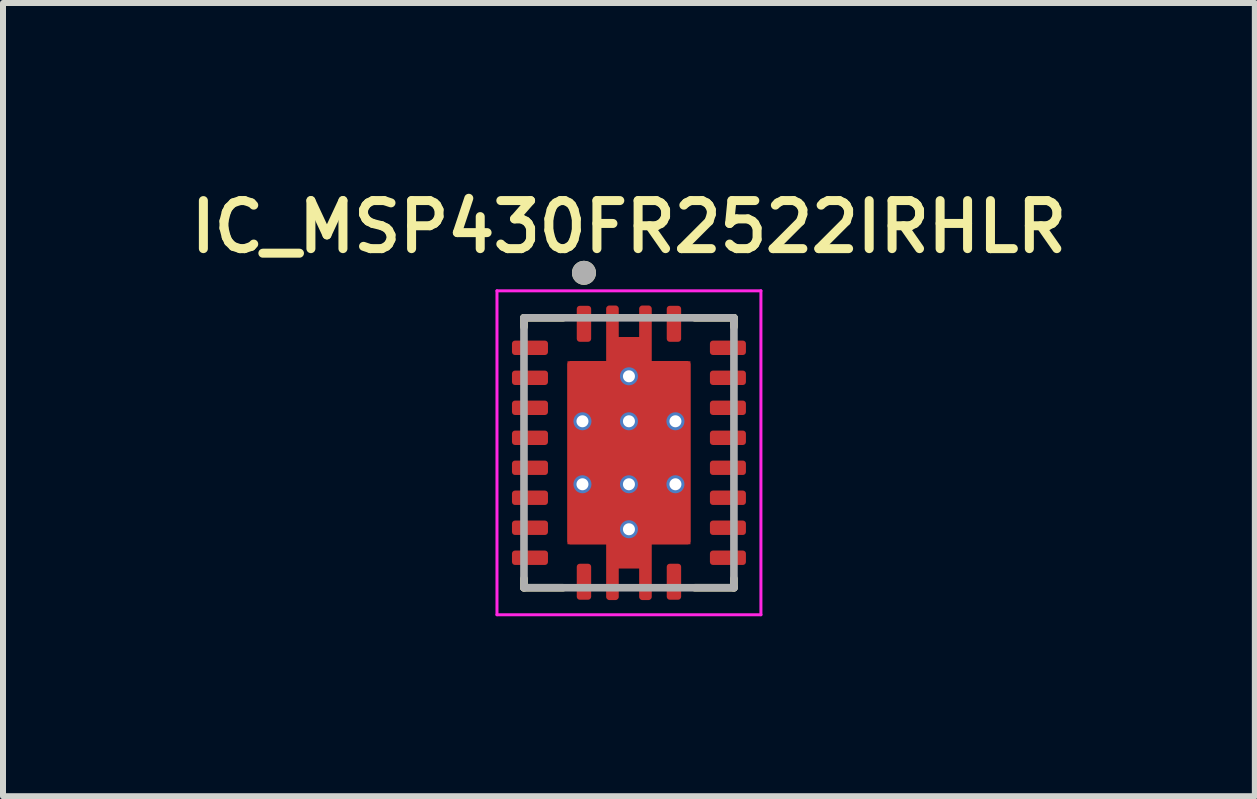
<source format=kicad_pcb>
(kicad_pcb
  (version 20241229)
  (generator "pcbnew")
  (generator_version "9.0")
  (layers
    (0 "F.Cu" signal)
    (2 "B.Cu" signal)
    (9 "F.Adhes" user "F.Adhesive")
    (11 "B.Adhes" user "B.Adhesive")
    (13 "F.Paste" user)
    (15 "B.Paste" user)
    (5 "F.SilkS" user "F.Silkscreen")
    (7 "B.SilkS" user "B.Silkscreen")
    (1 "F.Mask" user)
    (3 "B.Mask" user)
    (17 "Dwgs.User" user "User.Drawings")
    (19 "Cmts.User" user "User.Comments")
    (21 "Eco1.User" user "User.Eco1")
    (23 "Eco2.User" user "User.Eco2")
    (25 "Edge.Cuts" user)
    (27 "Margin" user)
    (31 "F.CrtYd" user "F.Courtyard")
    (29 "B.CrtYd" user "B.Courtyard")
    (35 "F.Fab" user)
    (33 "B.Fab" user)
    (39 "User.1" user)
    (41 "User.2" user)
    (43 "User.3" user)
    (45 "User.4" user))
  (footprint "IC_MSP430FR2522IRHLR"
    (layer "F.Cu")
    (at 7.435 4.498)
    (property "Reference" "IC_MSP430FR2522IRHLR" (at 0 -3.766 0) (layer "F.SilkS") (effects (font (size 0.801 0.801) (thickness 0.15))))
    (attr smd)
    (fp_poly (pts (xy -0.477 -1.627) (xy -0.477 -2.4) (xy -0.477 -2.408) (xy -0.476 -2.416) (xy -0.475 -2.424) (xy -0.474 -2.432) (xy -0.472 -2.439) (xy -0.47 -2.447) (xy -0.467 -2.454) (xy -0.464 -2.462) (xy -0.46 -2.469) (xy -0.457 -2.476) (xy -0.452 -2.483) (xy -0.448 -2.489) (xy -0.443 -2.496) (xy -0.438 -2.502) (xy -0.432 -2.507) (xy -0.427 -2.513) (xy -0.421 -2.518) (xy -0.414 -2.523) (xy -0.408 -2.527) (xy -0.401 -2.532) (xy -0.394 -2.535) (xy -0.387 -2.539) (xy -0.379 -2.542) (xy -0.372 -2.545) (xy -0.364 -2.547) (xy -0.357 -2.549) (xy -0.349 -2.55) (xy -0.341 -2.551) (xy -0.333 -2.552) (xy -0.325 -2.552) (xy -0.225 -2.552) (xy -0.217 -2.552) (xy -0.209 -2.551) (xy -0.201 -2.55) (xy -0.193 -2.549) (xy -0.186 -2.547) (xy -0.178 -2.545) (xy -0.171 -2.542) (xy -0.163 -2.539) (xy -0.156 -2.535) (xy -0.149 -2.532) (xy -0.142 -2.527) (xy -0.136 -2.523) (xy -0.129 -2.518) (xy -0.123 -2.513) (xy -0.118 -2.507) (xy -0.112 -2.502) (xy -0.107 -2.496) (xy -0.102 -2.489) (xy -0.098 -2.483) (xy -0.093 -2.476) (xy -0.09 -2.469) (xy -0.086 -2.462) (xy -0.083 -2.454) (xy -0.08 -2.447) (xy -0.078 -2.439) (xy -0.076 -2.432) (xy -0.075 -2.424) (xy -0.074 -2.416) (xy -0.073 -2.408) (xy -0.073 -2.4) (xy -0.073 -2.027) (xy 0.072 -2.027) (xy 0.073 -2.027) (xy 0.073 -2.402) (xy 0.073 -2.41) (xy 0.074 -2.418) (xy 0.075 -2.425) (xy 0.076 -2.433) (xy 0.078 -2.441) (xy 0.08 -2.448) (xy 0.083 -2.456) (xy 0.086 -2.463) (xy 0.089 -2.47) (xy 0.093 -2.477) (xy 0.097 -2.484) (xy 0.102 -2.49) (xy 0.106 -2.496) (xy 0.112 -2.502) (xy 0.117 -2.508) (xy 0.123 -2.513) (xy 0.129 -2.519) (xy 0.135 -2.523) (xy 0.141 -2.528) (xy 0.148 -2.532) (xy 0.155 -2.536) (xy 0.162 -2.539) (xy 0.169 -2.542) (xy 0.177 -2.545) (xy 0.184 -2.547) (xy 0.192 -2.549) (xy 0.2 -2.55) (xy 0.207 -2.551) (xy 0.215 -2.552) (xy 0.223 -2.552) (xy 0.326 -2.552) (xy 0.334 -2.552) (xy 0.342 -2.551) (xy 0.35 -2.55) (xy 0.357 -2.549) (xy 0.365 -2.547) (xy 0.373 -2.545) (xy 0.38 -2.542) (xy 0.387 -2.539) (xy 0.395 -2.536) (xy 0.401 -2.532) (xy 0.408 -2.528) (xy 0.415 -2.523) (xy 0.421 -2.518) (xy 0.427 -2.513) (xy 0.433 -2.508) (xy 0.438 -2.502) (xy 0.443 -2.496) (xy 0.448 -2.49) (xy 0.453 -2.483) (xy 0.457 -2.476) (xy 0.461 -2.47) (xy 0.464 -2.462) (xy 0.467 -2.455) (xy 0.47 -2.448) (xy 0.472 -2.44) (xy 0.474 -2.432) (xy 0.475 -2.425) (xy 0.476 -2.417) (xy 0.477 -2.409) (xy 0.477 -2.401) (xy 0.477 -1.627) (xy 0.975 -1.627) (xy 0.983 -1.627) (xy 0.991 -1.626) (xy 0.999 -1.625) (xy 1.007 -1.624) (xy 1.014 -1.622) (xy 1.022 -1.62) (xy 1.029 -1.617) (xy 1.037 -1.614) (xy 1.044 -1.61) (xy 1.051 -1.607) (xy 1.058 -1.602) (xy 1.064 -1.598) (xy 1.071 -1.593) (xy 1.077 -1.588) (xy 1.082 -1.582) (xy 1.088 -1.577) (xy 1.093 -1.571) (xy 1.098 -1.564) (xy 1.102 -1.558) (xy 1.107 -1.551) (xy 1.11 -1.544) (xy 1.114 -1.537) (xy 1.117 -1.529) (xy 1.12 -1.522) (xy 1.122 -1.514) (xy 1.124 -1.507) (xy 1.125 -1.499) (xy 1.126 -1.491) (xy 1.127 -1.483) (xy 1.127 -1.475) (xy 1.127 1.476) (xy 1.127 1.484) (xy 1.126 1.492) (xy 1.125 1.499) (xy 1.124 1.507) (xy 1.122 1.515) (xy 1.12 1.522) (xy 1.117 1.53) (xy 1.114 1.537) (xy 1.111 1.544) (xy 1.107 1.551) (xy 1.103 1.558) (xy 1.098 1.564) (xy 1.094 1.57) (xy 1.088 1.576) (xy 1.083 1.582) (xy 1.077 1.587) (xy 1.071 1.593) (xy 1.065 1.597) (xy 1.059 1.602) (xy 1.052 1.606) (xy 1.045 1.61) (xy 1.038 1.613) (xy 1.031 1.616) (xy 1.023 1.619) (xy 1.016 1.621) (xy 1.008 1.623) (xy 1 1.624) (xy 0.993 1.625) (xy 0.985 1.626) (xy 0.977 1.626) (xy 0.478 1.626) (xy 0.477 1.626) (xy 0.477 1.627) (xy 0.477 2.401) (xy 0.477 2.409) (xy 0.476 2.417) (xy 0.475 2.424) (xy 0.474 2.432) (xy 0.472 2.44) (xy 0.47 2.447) (xy 0.467 2.455) (xy 0.464 2.462) (xy 0.461 2.469) (xy 0.457 2.476) (xy 0.453 2.483) (xy 0.448 2.489) (xy 0.444 2.495) (xy 0.438 2.501) (xy 0.433 2.507) (xy 0.427 2.512) (xy 0.421 2.518) (xy 0.415 2.522) (xy 0.409 2.527) (xy 0.402 2.531) (xy 0.395 2.535) (xy 0.388 2.538) (xy 0.381 2.541) (xy 0.373 2.544) (xy 0.366 2.546) (xy 0.358 2.548) (xy 0.35 2.549) (xy 0.343 2.55) (xy 0.335 2.551) (xy 0.327 2.551) (xy 0.222 2.551) (xy 0.214 2.551) (xy 0.206 2.55) (xy 0.199 2.549) (xy 0.191 2.548) (xy 0.183 2.546) (xy 0.176 2.544) (xy 0.169 2.541) (xy 0.161 2.538) (xy 0.154 2.535) (xy 0.147 2.531) (xy 0.141 2.527) (xy 0.134 2.523) (xy 0.128 2.518) (xy 0.122 2.513) (xy 0.117 2.507) (xy 0.111 2.502) (xy 0.106 2.496) (xy 0.101 2.49) (xy 0.097 2.483) (xy 0.093 2.477) (xy 0.089 2.47) (xy 0.086 2.463) (xy 0.083 2.455) (xy 0.08 2.448) (xy 0.078 2.441) (xy 0.076 2.433) (xy 0.075 2.425) (xy 0.074 2.418) (xy 0.073 2.41) (xy 0.073 2.402) (xy 0.073 2.027) (xy -0.072 2.027) (xy -0.073 2.027) (xy -0.073 2.028) (xy -0.073 2.401) (xy -0.073 2.409) (xy -0.074 2.417) (xy -0.075 2.424) (xy -0.076 2.432) (xy -0.078 2.44) (xy -0.08 2.447) (xy -0.083 2.455) (xy -0.086 2.462) (xy -0.089 2.469) (xy -0.093 2.476) (xy -0.097 2.483) (xy -0.102 2.489) (xy -0.106 2.495) (xy -0.112 2.501) (xy -0.117 2.507) (xy -0.123 2.512) (xy -0.129 2.518) (xy -0.135 2.522) (xy -0.141 2.527) (xy -0.148 2.531) (xy -0.155 2.535) (xy -0.162 2.538) (xy -0.169 2.541) (xy -0.177 2.544) (xy -0.184 2.546) (xy -0.192 2.548) (xy -0.2 2.549) (xy -0.207 2.55) (xy -0.215 2.551) (xy -0.223 2.551) (xy -0.329 2.551) (xy -0.337 2.551) (xy -0.344 2.55) (xy -0.352 2.549) (xy -0.36 2.548) (xy -0.367 2.546) (xy -0.375 2.544) (xy -0.382 2.541) (xy -0.389 2.538) (xy -0.396 2.535) (xy -0.403 2.531) (xy -0.41 2.527) (xy -0.416 2.523) (xy -0.422 2.518) (xy -0.428 2.513) (xy -0.434 2.508) (xy -0.439 2.502) (xy -0.444 2.496) (xy -0.449 2.49) (xy -0.453 2.484) (xy -0.457 2.477) (xy -0.461 2.47) (xy -0.464 2.463) (xy -0.467 2.456) (xy -0.47 2.449) (xy -0.472 2.441) (xy -0.474 2.434) (xy -0.475 2.426) (xy -0.476 2.418) (xy -0.477 2.411) (xy -0.477 2.403) (xy -0.477 1.627) (xy -0.975 1.627) (xy -0.983 1.627) (xy -0.991 1.626) (xy -0.999 1.625) (xy -1.007 1.624) (xy -1.014 1.622) (xy -1.022 1.62) (xy -1.029 1.617) (xy -1.037 1.614) (xy -1.044 1.61) (xy -1.051 1.607) (xy -1.058 1.602) (xy -1.064 1.598) (xy -1.071 1.593) (xy -1.077 1.588) (xy -1.082 1.582) (xy -1.088 1.577) (xy -1.093 1.571) (xy -1.098 1.564) (xy -1.102 1.558) (xy -1.107 1.551) (xy -1.11 1.544) (xy -1.114 1.537) (xy -1.117 1.529) (xy -1.12 1.522) (xy -1.122 1.514) (xy -1.124 1.507) (xy -1.125 1.499) (xy -1.126 1.491) (xy -1.127 1.483) (xy -1.127 1.475) (xy -1.127 -1.474) (xy -1.127 -1.482) (xy -1.126 -1.49) (xy -1.125 -1.498) (xy -1.124 -1.506) (xy -1.122 -1.513) (xy -1.12 -1.521) (xy -1.117 -1.528) (xy -1.114 -1.536) (xy -1.11 -1.543) (xy -1.107 -1.55) (xy -1.102 -1.557) (xy -1.098 -1.563) (xy -1.093 -1.57) (xy -1.088 -1.576) (xy -1.082 -1.581) (xy -1.077 -1.587) (xy -1.071 -1.592) (xy -1.064 -1.597) (xy -1.058 -1.601) (xy -1.051 -1.606) (xy -1.044 -1.609) (xy -1.037 -1.613) (xy -1.029 -1.616) (xy -1.022 -1.619) (xy -1.014 -1.621) (xy -1.007 -1.623) (xy -0.999 -1.624) (xy -0.991 -1.625) (xy -0.983 -1.626) (xy -0.975 -1.626) (xy -0.478 -1.626) (xy -0.477 -1.626) (xy -0.477 -1.627)) (stroke (width 0.01) (type solid)) (fill yes) (layer "F.Mask"))
    (fp_line (start -1.75 -2.25) (end -1.1 -2.25) (stroke (width 0.127) (type solid)) (layer "F.SilkS"))
    (fp_line (start -1.75 -2.1) (end -1.75 -2.25) (stroke (width 0.127) (type solid)) (layer "F.SilkS"))
    (fp_line (start -1.75 2.1) (end -1.75 2.25) (stroke (width 0.127) (type solid)) (layer "F.SilkS"))
    (fp_line (start -1.75 2.25) (end -1.1 2.25) (stroke (width 0.127) (type solid)) (layer "F.SilkS"))
    (fp_line (start 1.1 -2.25) (end 1.75 -2.25) (stroke (width 0.127) (type solid)) (layer "F.SilkS"))
    (fp_line (start 1.1 2.25) (end 1.75 2.25) (stroke (width 0.127) (type solid)) (layer "F.SilkS"))
    (fp_line (start 1.75 -2.25) (end 1.75 -2.1) (stroke (width 0.127) (type solid)) (layer "F.SilkS"))
    (fp_line (start 1.75 2.25) (end 1.75 2.1) (stroke (width 0.127) (type solid)) (layer "F.SilkS"))
    (fp_circle (center -0.75 -3) (end -0.65 -3) (stroke (width 0.2) (type solid)) (fill no) (layer "F.SilkS"))
    (fp_poly (pts (xy -1.02 -0.625) (xy -0.1 -0.625) (xy -0.1 -1.475) (xy -1.02 -1.475)) (stroke (width 0.01) (type solid)) (fill yes) (layer "F.Paste"))
    (fp_poly (pts (xy -1.02 0.425) (xy -0.1 0.425) (xy -0.1 -0.425) (xy -1.02 -0.425)) (stroke (width 0.01) (type solid)) (fill yes) (layer "F.Paste"))
    (fp_poly (pts (xy -1.02 1.475) (xy -0.1 1.475) (xy -0.1 0.625) (xy -1.02 0.625)) (stroke (width 0.01) (type solid)) (fill yes) (layer "F.Paste"))
    (fp_poly (pts (xy 0.1 -0.625) (xy 1.02 -0.625) (xy 1.02 -1.475) (xy 0.1 -1.475)) (stroke (width 0.01) (type solid)) (fill yes) (layer "F.Paste"))
    (fp_poly (pts (xy 0.1 0.425) (xy 1.02 0.425) (xy 1.02 -0.425) (xy 0.1 -0.425)) (stroke (width 0.01) (type solid)) (fill yes) (layer "F.Paste"))
    (fp_poly (pts (xy 0.1 1.475) (xy 1.02 1.475) (xy 1.02 0.625) (xy 0.1 0.625)) (stroke (width 0.01) (type solid)) (fill yes) (layer "F.Paste"))
    (fp_poly (pts (xy -0.375 -1.675) (xy -0.375 -2.4) (xy -0.375 -2.403) (xy -0.375 -2.405) (xy -0.374 -2.408) (xy -0.374 -2.41) (xy -0.373 -2.413) (xy -0.373 -2.415) (xy -0.372 -2.418) (xy -0.371 -2.42) (xy -0.37 -2.423) (xy -0.368 -2.425) (xy -0.367 -2.427) (xy -0.365 -2.429) (xy -0.364 -2.431) (xy -0.362 -2.433) (xy -0.36 -2.435) (xy -0.358 -2.437) (xy -0.356 -2.439) (xy -0.354 -2.44) (xy -0.352 -2.442) (xy -0.35 -2.443) (xy -0.348 -2.445) (xy -0.345 -2.446) (xy -0.343 -2.447) (xy -0.34 -2.448) (xy -0.338 -2.448) (xy -0.335 -2.449) (xy -0.333 -2.449) (xy -0.33 -2.45) (xy -0.328 -2.45) (xy -0.325 -2.45) (xy -0.225 -2.45) (xy -0.222 -2.45) (xy -0.22 -2.45) (xy -0.217 -2.449) (xy -0.215 -2.449) (xy -0.212 -2.448) (xy -0.21 -2.448) (xy -0.207 -2.447) (xy -0.205 -2.446) (xy -0.202 -2.445) (xy -0.2 -2.443) (xy -0.198 -2.442) (xy -0.196 -2.44) (xy -0.194 -2.439) (xy -0.192 -2.437) (xy -0.19 -2.435) (xy -0.188 -2.433) (xy -0.186 -2.431) (xy -0.185 -2.429) (xy -0.183 -2.427) (xy -0.182 -2.425) (xy -0.18 -2.423) (xy -0.179 -2.42) (xy -0.178 -2.418) (xy -0.177 -2.415) (xy -0.177 -2.413) (xy -0.176 -2.41) (xy -0.176 -2.408) (xy -0.175 -2.405) (xy -0.175 -2.403) (xy -0.175 -2.4) (xy -0.175 -1.925) (xy 0.175 -1.925) (xy 0.175 -2.4) (xy 0.175 -2.403) (xy 0.175 -2.405) (xy 0.176 -2.408) (xy 0.176 -2.41) (xy 0.177 -2.413) (xy 0.177 -2.415) (xy 0.178 -2.418) (xy 0.179 -2.42) (xy 0.18 -2.423) (xy 0.182 -2.425) (xy 0.183 -2.427) (xy 0.185 -2.429) (xy 0.186 -2.431) (xy 0.188 -2.433) (xy 0.19 -2.435) (xy 0.192 -2.437) (xy 0.194 -2.439) (xy 0.196 -2.44) (xy 0.198 -2.442) (xy 0.2 -2.443) (xy 0.202 -2.445) (xy 0.205 -2.446) (xy 0.207 -2.447) (xy 0.21 -2.448) (xy 0.212 -2.448) (xy 0.215 -2.449) (xy 0.217 -2.449) (xy 0.22 -2.45) (xy 0.222 -2.45) (xy 0.225 -2.45) (xy 0.325 -2.45) (xy 0.328 -2.45) (xy 0.33 -2.45) (xy 0.333 -2.449) (xy 0.335 -2.449) (xy 0.338 -2.448) (xy 0.34 -2.448) (xy 0.343 -2.447) (xy 0.345 -2.446) (xy 0.348 -2.445) (xy 0.35 -2.443) (xy 0.352 -2.442) (xy 0.354 -2.44) (xy 0.356 -2.439) (xy 0.358 -2.437) (xy 0.36 -2.435) (xy 0.362 -2.433) (xy 0.364 -2.431) (xy 0.365 -2.429) (xy 0.367 -2.427) (xy 0.368 -2.425) (xy 0.37 -2.423) (xy 0.371 -2.42) (xy 0.372 -2.418) (xy 0.373 -2.415) (xy 0.373 -2.413) (xy 0.374 -2.41) (xy 0.374 -2.408) (xy 0.375 -2.405) (xy 0.375 -2.403) (xy 0.375 -2.4) (xy 0.375 -1.675) (xy -0.375 -1.675)) (stroke (width 0.01) (type solid)) (fill yes) (layer "F.Paste"))
    (fp_poly (pts (xy 0.375 1.675) (xy 0.375 2.4) (xy 0.375 2.403) (xy 0.375 2.405) (xy 0.374 2.408) (xy 0.374 2.41) (xy 0.373 2.413) (xy 0.373 2.415) (xy 0.372 2.418) (xy 0.371 2.42) (xy 0.37 2.423) (xy 0.368 2.425) (xy 0.367 2.427) (xy 0.365 2.429) (xy 0.364 2.431) (xy 0.362 2.433) (xy 0.36 2.435) (xy 0.358 2.437) (xy 0.356 2.439) (xy 0.354 2.44) (xy 0.352 2.442) (xy 0.35 2.443) (xy 0.348 2.445) (xy 0.345 2.446) (xy 0.343 2.447) (xy 0.34 2.448) (xy 0.338 2.448) (xy 0.335 2.449) (xy 0.333 2.449) (xy 0.33 2.45) (xy 0.328 2.45) (xy 0.325 2.45) (xy 0.225 2.45) (xy 0.222 2.45) (xy 0.22 2.45) (xy 0.217 2.449) (xy 0.215 2.449) (xy 0.212 2.448) (xy 0.21 2.448) (xy 0.207 2.447) (xy 0.205 2.446) (xy 0.202 2.445) (xy 0.2 2.443) (xy 0.198 2.442) (xy 0.196 2.44) (xy 0.194 2.439) (xy 0.192 2.437) (xy 0.19 2.435) (xy 0.188 2.433) (xy 0.186 2.431) (xy 0.185 2.429) (xy 0.183 2.427) (xy 0.182 2.425) (xy 0.18 2.423) (xy 0.179 2.42) (xy 0.178 2.418) (xy 0.177 2.415) (xy 0.177 2.413) (xy 0.176 2.41) (xy 0.176 2.408) (xy 0.175 2.405) (xy 0.175 2.403) (xy 0.175 2.4) (xy 0.175 1.925) (xy -0.175 1.925) (xy -0.175 2.4) (xy -0.175 2.403) (xy -0.175 2.405) (xy -0.176 2.408) (xy -0.176 2.41) (xy -0.177 2.413) (xy -0.177 2.415) (xy -0.178 2.418) (xy -0.179 2.42) (xy -0.18 2.423) (xy -0.182 2.425) (xy -0.183 2.427) (xy -0.185 2.429) (xy -0.186 2.431) (xy -0.188 2.433) (xy -0.19 2.435) (xy -0.192 2.437) (xy -0.194 2.439) (xy -0.196 2.44) (xy -0.198 2.442) (xy -0.2 2.443) (xy -0.202 2.445) (xy -0.205 2.446) (xy -0.207 2.447) (xy -0.21 2.448) (xy -0.212 2.448) (xy -0.215 2.449) (xy -0.217 2.449) (xy -0.22 2.45) (xy -0.222 2.45) (xy -0.225 2.45) (xy -0.325 2.45) (xy -0.328 2.45) (xy -0.33 2.45) (xy -0.333 2.449) (xy -0.335 2.449) (xy -0.338 2.448) (xy -0.34 2.448) (xy -0.343 2.447) (xy -0.345 2.446) (xy -0.348 2.445) (xy -0.35 2.443) (xy -0.352 2.442) (xy -0.354 2.44) (xy -0.356 2.439) (xy -0.358 2.437) (xy -0.36 2.435) (xy -0.362 2.433) (xy -0.364 2.431) (xy -0.365 2.429) (xy -0.367 2.427) (xy -0.368 2.425) (xy -0.37 2.423) (xy -0.371 2.42) (xy -0.372 2.418) (xy -0.373 2.415) (xy -0.373 2.413) (xy -0.374 2.41) (xy -0.374 2.408) (xy -0.375 2.405) (xy -0.375 2.403) (xy -0.375 2.4) (xy -0.375 1.675) (xy 0.375 1.675)) (stroke (width 0.01) (type solid)) (fill yes) (layer "F.Paste"))
    (fp_line (start -2.2 -2.7) (end -2.2 2.7) (stroke (width 0.05) (type solid)) (layer "F.CrtYd"))
    (fp_line (start -2.2 2.7) (end 2.2 2.7) (stroke (width 0.05) (type solid)) (layer "F.CrtYd"))
    (fp_line (start 2.2 -2.7) (end -2.2 -2.7) (stroke (width 0.05) (type solid)) (layer "F.CrtYd"))
    (fp_line (start 2.2 2.7) (end 2.2 -2.7) (stroke (width 0.05) (type solid)) (layer "F.CrtYd"))
    (fp_line (start -1.75 -2.25) (end 1.75 -2.25) (stroke (width 0.127) (type solid)) (layer "F.Fab"))
    (fp_line (start -1.75 2.25) (end -1.75 -2.25) (stroke (width 0.127) (type solid)) (layer "F.Fab"))
    (fp_line (start 1.75 -2.25) (end 1.75 2.25) (stroke (width 0.127) (type solid)) (layer "F.Fab"))
    (fp_line (start 1.75 2.25) (end -1.75 2.25) (stroke (width 0.127) (type solid)) (layer "F.Fab"))
    (fp_circle (center -0.75 -3) (end -0.65 -3) (stroke (width 0.2) (type solid)) (fill no) (layer "F.Fab"))
    (pad "1" smd roundrect (at -0.75 -2.15) (size 0.24 0.6) (layers "F.Cu" "F.Mask" "F.Paste") (roundrect_rratio 0.21))
    (pad "2" smd roundrect (at -1.65 -1.75) (size 0.6 0.24) (layers "F.Cu" "F.Mask" "F.Paste") (roundrect_rratio 0.21))
    (pad "3" smd roundrect (at -1.65 -1.25) (size 0.6 0.24) (layers "F.Cu" "F.Mask" "F.Paste") (roundrect_rratio 0.21))
    (pad "4" smd roundrect (at -1.65 -0.75) (size 0.6 0.24) (layers "F.Cu" "F.Mask" "F.Paste") (roundrect_rratio 0.21))
    (pad "5" smd roundrect (at -1.65 -0.25) (size 0.6 0.24) (layers "F.Cu" "F.Mask" "F.Paste") (roundrect_rratio 0.21))
    (pad "6" smd roundrect (at -1.65 0.25) (size 0.6 0.24) (layers "F.Cu" "F.Mask" "F.Paste") (roundrect_rratio 0.21))
    (pad "7" smd roundrect (at -1.65 0.75) (size 0.6 0.24) (layers "F.Cu" "F.Mask" "F.Paste") (roundrect_rratio 0.21))
    (pad "8" smd roundrect (at -1.65 1.25) (size 0.6 0.24) (layers "F.Cu" "F.Mask" "F.Paste") (roundrect_rratio 0.21))
    (pad "9" smd roundrect (at -1.65 1.75) (size 0.6 0.24) (layers "F.Cu" "F.Mask" "F.Paste") (roundrect_rratio 0.21))
    (pad "10" smd roundrect (at -0.75 2.15) (size 0.24 0.6) (layers "F.Cu" "F.Mask" "F.Paste") (roundrect_rratio 0.21))
    (pad "11" smd roundrect (at 0.75 2.15) (size 0.24 0.6) (layers "F.Cu" "F.Mask" "F.Paste") (roundrect_rratio 0.21))
    (pad "12" smd roundrect (at 1.65 1.75) (size 0.6 0.24) (layers "F.Cu" "F.Mask" "F.Paste") (roundrect_rratio 0.21))
    (pad "13" smd roundrect (at 1.65 1.25) (size 0.6 0.24) (layers "F.Cu" "F.Mask" "F.Paste") (roundrect_rratio 0.21))
    (pad "14" smd roundrect (at 1.65 0.75) (size 0.6 0.24) (layers "F.Cu" "F.Mask" "F.Paste") (roundrect_rratio 0.21))
    (pad "15" smd roundrect (at 1.65 0.25) (size 0.6 0.24) (layers "F.Cu" "F.Mask" "F.Paste") (roundrect_rratio 0.21))
    (pad "16" smd roundrect (at 1.65 -0.25) (size 0.6 0.24) (layers "F.Cu" "F.Mask" "F.Paste") (roundrect_rratio 0.21))
    (pad "17" smd roundrect (at 1.65 -0.75) (size 0.6 0.24) (layers "F.Cu" "F.Mask" "F.Paste") (roundrect_rratio 0.21))
    (pad "18" smd roundrect (at 1.65 -1.25) (size 0.6 0.24) (layers "F.Cu" "F.Mask" "F.Paste") (roundrect_rratio 0.21))
    (pad "19" smd roundrect (at 1.65 -1.75) (size 0.6 0.24) (layers "F.Cu" "F.Mask" "F.Paste") (roundrect_rratio 0.21))
    (pad "20" smd roundrect (at 0.75 -2.15) (size 0.24 0.6) (layers "F.Cu" "F.Mask" "F.Paste") (roundrect_rratio 0.21))
    (pad "21" smd custom (at 0 0) (size 2.05 3.05) (layers "F.Cu" "F.Mask") (options (anchor rect)) (primitives (gr_poly (pts (xy -0.375 -1.525) (xy -0.375 -2.4) (xy -0.375 -2.403) (xy -0.375 -2.405) (xy -0.374 -2.408) (xy -0.374 -2.41) (xy -0.373 -2.413) (xy -0.373 -2.415) (xy -0.372 -2.418) (xy -0.371 -2.42) (xy -0.37 -2.423) (xy -0.368 -2.425) (xy -0.367 -2.427) (xy -0.365 -2.429) (xy -0.364 -2.431) (xy -0.362 -2.433) (xy -0.36 -2.435) (xy -0.358 -2.437) (xy -0.356 -2.439) (xy -0.354 -2.44) (xy -0.352 -2.442) (xy -0.35 -2.443) (xy -0.348 -2.445) (xy -0.345 -2.446) (xy -0.343 -2.447) (xy -0.34 -2.448) (xy -0.338 -2.448) (xy -0.335 -2.449) (xy -0.333 -2.449) (xy -0.33 -2.45) (xy -0.328 -2.45) (xy -0.325 -2.45) (xy -0.225 -2.45) (xy -0.222 -2.45) (xy -0.22 -2.45) (xy -0.217 -2.449) (xy -0.215 -2.449) (xy -0.212 -2.448) (xy -0.21 -2.448) (xy -0.207 -2.447) (xy -0.205 -2.446) (xy -0.202 -2.445) (xy -0.2 -2.443) (xy -0.198 -2.442) (xy -0.196 -2.44) (xy -0.194 -2.439) (xy -0.192 -2.437) (xy -0.19 -2.435) (xy -0.188 -2.433) (xy -0.186 -2.431) (xy -0.185 -2.429) (xy -0.183 -2.427) (xy -0.182 -2.425) (xy -0.18 -2.423) (xy -0.179 -2.42) (xy -0.178 -2.418) (xy -0.177 -2.415) (xy -0.177 -2.413) (xy -0.176 -2.41) (xy -0.176 -2.408) (xy -0.175 -2.405) (xy -0.175 -2.403) (xy -0.175 -2.4) (xy -0.175 -1.925) (xy 0.175 -1.925) (xy 0.175 -2.4) (xy 0.175 -2.403) (xy 0.175 -2.405) (xy 0.176 -2.408) (xy 0.176 -2.41) (xy 0.177 -2.413) (xy 0.177 -2.415) (xy 0.178 -2.418) (xy 0.179 -2.42) (xy 0.18 -2.423) (xy 0.182 -2.425) (xy 0.183 -2.427) (xy 0.185 -2.429) (xy 0.186 -2.431) (xy 0.188 -2.433) (xy 0.19 -2.435) (xy 0.192 -2.437) (xy 0.194 -2.439) (xy 0.196 -2.44) (xy 0.198 -2.442) (xy 0.2 -2.443) (xy 0.202 -2.445) (xy 0.205 -2.446) (xy 0.207 -2.447) (xy 0.21 -2.448) (xy 0.212 -2.448) (xy 0.215 -2.449) (xy 0.217 -2.449) (xy 0.22 -2.45) (xy 0.222 -2.45) (xy 0.225 -2.45) (xy 0.325 -2.45) (xy 0.328 -2.45) (xy 0.33 -2.45) (xy 0.333 -2.449) (xy 0.335 -2.449) (xy 0.338 -2.448) (xy 0.34 -2.448) (xy 0.343 -2.447) (xy 0.345 -2.446) (xy 0.348 -2.445) (xy 0.35 -2.443) (xy 0.352 -2.442) (xy 0.354 -2.44) (xy 0.356 -2.439) (xy 0.358 -2.437) (xy 0.36 -2.435) (xy 0.362 -2.433) (xy 0.364 -2.431) (xy 0.365 -2.429) (xy 0.367 -2.427) (xy 0.368 -2.425) (xy 0.37 -2.423) (xy 0.371 -2.42) (xy 0.372 -2.418) (xy 0.373 -2.415) (xy 0.373 -2.413) (xy 0.374 -2.41) (xy 0.374 -2.408) (xy 0.375 -2.405) (xy 0.375 -2.403) (xy 0.375 -2.4) (xy 0.375 -1.525) (xy 0.975 -1.525) (xy 0.978 -1.525) (xy 0.98 -1.525) (xy 0.983 -1.524) (xy 0.985 -1.524) (xy 0.988 -1.523) (xy 0.99 -1.523) (xy 0.993 -1.522) (xy 0.995 -1.521) (xy 0.998 -1.52) (xy 1 -1.518) (xy 1.002 -1.517) (xy 1.004 -1.515) (xy 1.006 -1.514) (xy 1.008 -1.512) (xy 1.01 -1.51) (xy 1.012 -1.508) (xy 1.014 -1.506) (xy 1.015 -1.504) (xy 1.017 -1.502) (xy 1.018 -1.5) (xy 1.02 -1.498) (xy 1.021 -1.495) (xy 1.022 -1.493) (xy 1.023 -1.49) (xy 1.023 -1.488) (xy 1.024 -1.485) (xy 1.024 -1.483) (xy 1.025 -1.48) (xy 1.025 -1.478) (xy 1.025 -1.475) (xy 1.025 1.475) (xy 1.025 1.478) (xy 1.025 1.48) (xy 1.024 1.483) (xy 1.024 1.485) (xy 1.023 1.488) (xy 1.023 1.49) (xy 1.022 1.493) (xy 1.021 1.495) (xy 1.02 1.498) (xy 1.018 1.5) (xy 1.017 1.502) (xy 1.015 1.504) (xy 1.014 1.506) (xy 1.012 1.508) (xy 1.01 1.51) (xy 1.008 1.512) (xy 1.006 1.514) (xy 1.004 1.515) (xy 1.002 1.517) (xy 1 1.518) (xy 0.998 1.52) (xy 0.995 1.521) (xy 0.993 1.522) (xy 0.99 1.523) (xy 0.988 1.523) (xy 0.985 1.524) (xy 0.983 1.524) (xy 0.98 1.525) (xy 0.978 1.525) (xy 0.975 1.525) (xy 0.375 1.525) (xy 0.375 2.4) (xy 0.375 2.403) (xy 0.375 2.405) (xy 0.374 2.408) (xy 0.374 2.41) (xy 0.373 2.413) (xy 0.373 2.415) (xy 0.372 2.418) (xy 0.371 2.42) (xy 0.37 2.423) (xy 0.368 2.425) (xy 0.367 2.427) (xy 0.365 2.429) (xy 0.364 2.431) (xy 0.362 2.433) (xy 0.36 2.435) (xy 0.358 2.437) (xy 0.356 2.439) (xy 0.354 2.44) (xy 0.352 2.442) (xy 0.35 2.443) (xy 0.348 2.445) (xy 0.345 2.446) (xy 0.343 2.447) (xy 0.34 2.448) (xy 0.338 2.448) (xy 0.335 2.449) (xy 0.333 2.449) (xy 0.33 2.45) (xy 0.328 2.45) (xy 0.325 2.45) (xy 0.225 2.45) (xy 0.222 2.45) (xy 0.22 2.45) (xy 0.217 2.449) (xy 0.215 2.449) (xy 0.212 2.448) (xy 0.21 2.448) (xy 0.207 2.447) (xy 0.205 2.446) (xy 0.202 2.445) (xy 0.2 2.443) (xy 0.198 2.442) (xy 0.196 2.44) (xy 0.194 2.439) (xy 0.192 2.437) (xy 0.19 2.435) (xy 0.188 2.433) (xy 0.186 2.431) (xy 0.185 2.429) (xy 0.183 2.427) (xy 0.182 2.425) (xy 0.18 2.423) (xy 0.179 2.42) (xy 0.178 2.418) (xy 0.177 2.415) (xy 0.177 2.413) (xy 0.176 2.41) (xy 0.176 2.408) (xy 0.175 2.405) (xy 0.175 2.403) (xy 0.175 2.4) (xy 0.175 1.925) (xy -0.175 1.925) (xy -0.175 2.4) (xy -0.175 2.403) (xy -0.175 2.405) (xy -0.176 2.408) (xy -0.176 2.41) (xy -0.177 2.413) (xy -0.177 2.415) (xy -0.178 2.418) (xy -0.179 2.42) (xy -0.18 2.423) (xy -0.182 2.425) (xy -0.183 2.427) (xy -0.185 2.429) (xy -0.186 2.431) (xy -0.188 2.433) (xy -0.19 2.435) (xy -0.192 2.437) (xy -0.194 2.439) (xy -0.196 2.44) (xy -0.198 2.442) (xy -0.2 2.443) (xy -0.202 2.445) (xy -0.205 2.446) (xy -0.207 2.447) (xy -0.21 2.448) (xy -0.212 2.448) (xy -0.215 2.449) (xy -0.217 2.449) (xy -0.22 2.45) (xy -0.222 2.45) (xy -0.225 2.45) (xy -0.325 2.45) (xy -0.328 2.45) (xy -0.33 2.45) (xy -0.333 2.449) (xy -0.335 2.449) (xy -0.338 2.448) (xy -0.34 2.448) (xy -0.343 2.447) (xy -0.345 2.446) (xy -0.348 2.445) (xy -0.35 2.443) (xy -0.352 2.442) (xy -0.354 2.44) (xy -0.356 2.439) (xy -0.358 2.437) (xy -0.36 2.435) (xy -0.362 2.433) (xy -0.364 2.431) (xy -0.365 2.429) (xy -0.367 2.427) (xy -0.368 2.425) (xy -0.37 2.423) (xy -0.371 2.42) (xy -0.372 2.418) (xy -0.373 2.415) (xy -0.373 2.413) (xy -0.374 2.41) (xy -0.374 2.408) (xy -0.375 2.405) (xy -0.375 2.403) (xy -0.375 2.4) (xy -0.375 1.525) (xy -0.975 1.525) (xy -0.978 1.525) (xy -0.98 1.525) (xy -0.983 1.524) (xy -0.985 1.524) (xy -0.988 1.523) (xy -0.99 1.523) (xy -0.993 1.522) (xy -0.995 1.521) (xy -0.998 1.52) (xy -1 1.518) (xy -1.002 1.517) (xy -1.004 1.515) (xy -1.006 1.514) (xy -1.008 1.512) (xy -1.01 1.51) (xy -1.012 1.508) (xy -1.014 1.506) (xy -1.015 1.504) (xy -1.017 1.502) (xy -1.018 1.5) (xy -1.02 1.498) (xy -1.021 1.495) (xy -1.022 1.493) (xy -1.023 1.49) (xy -1.023 1.488) (xy -1.024 1.485) (xy -1.024 1.483) (xy -1.025 1.48) (xy -1.025 1.478) (xy -1.025 1.475) (xy -1.025 -1.475) (xy -1.025 -1.478) (xy -1.025 -1.48) (xy -1.024 -1.483) (xy -1.024 -1.485) (xy -1.023 -1.488) (xy -1.023 -1.49) (xy -1.022 -1.493) (xy -1.021 -1.495) (xy -1.02 -1.498) (xy -1.018 -1.5) (xy -1.017 -1.502) (xy -1.015 -1.504) (xy -1.014 -1.506) (xy -1.012 -1.508) (xy -1.01 -1.51) (xy -1.008 -1.512) (xy -1.006 -1.514) (xy -1.004 -1.515) (xy -1.002 -1.517) (xy -1 -1.518) (xy -0.998 -1.52) (xy -0.995 -1.521) (xy -0.993 -1.522) (xy -0.99 -1.523) (xy -0.988 -1.523) (xy -0.985 -1.524) (xy -0.983 -1.524) (xy -0.98 -1.525) (xy -0.978 -1.525) (xy -0.975 -1.525) (xy -0.375 -1.525)) (width 0.01) (fill yes))))
    (pad "22" thru_hole circle (at 0 -1.275) (size 0.3 0.3) (drill 0.2) (layers "*.Cu" "*.Mask"))
    (pad "23" thru_hole circle (at -0.775 -0.525) (size 0.3 0.3) (drill 0.2) (layers "*.Cu" "*.Mask"))
    (pad "24" thru_hole circle (at 0 -0.525) (size 0.3 0.3) (drill 0.2) (layers "*.Cu" "*.Mask"))
    (pad "25" thru_hole circle (at 0.775 -0.525) (size 0.3 0.3) (drill 0.2) (layers "*.Cu" "*.Mask"))
    (pad "26" thru_hole circle (at -0.775 0.525) (size 0.3 0.3) (drill 0.2) (layers "*.Cu" "*.Mask"))
    (pad "27" thru_hole circle (at 0 0.525) (size 0.3 0.3) (drill 0.2) (layers "*.Cu" "*.Mask"))
    (pad "28" thru_hole circle (at 0.775 0.525) (size 0.3 0.3) (drill 0.2) (layers "*.Cu" "*.Mask"))
    (pad "29" thru_hole circle (at 0 1.275) (size 0.3 0.3) (drill 0.2) (layers "*.Cu" "*.Mask")))
  (gr_rect
    (start -3 -3)
    (end 17.869 10.223)
    (stroke (width 0.1) (type default))
    (fill no)
    (layer "Edge.Cuts")))
</source>
